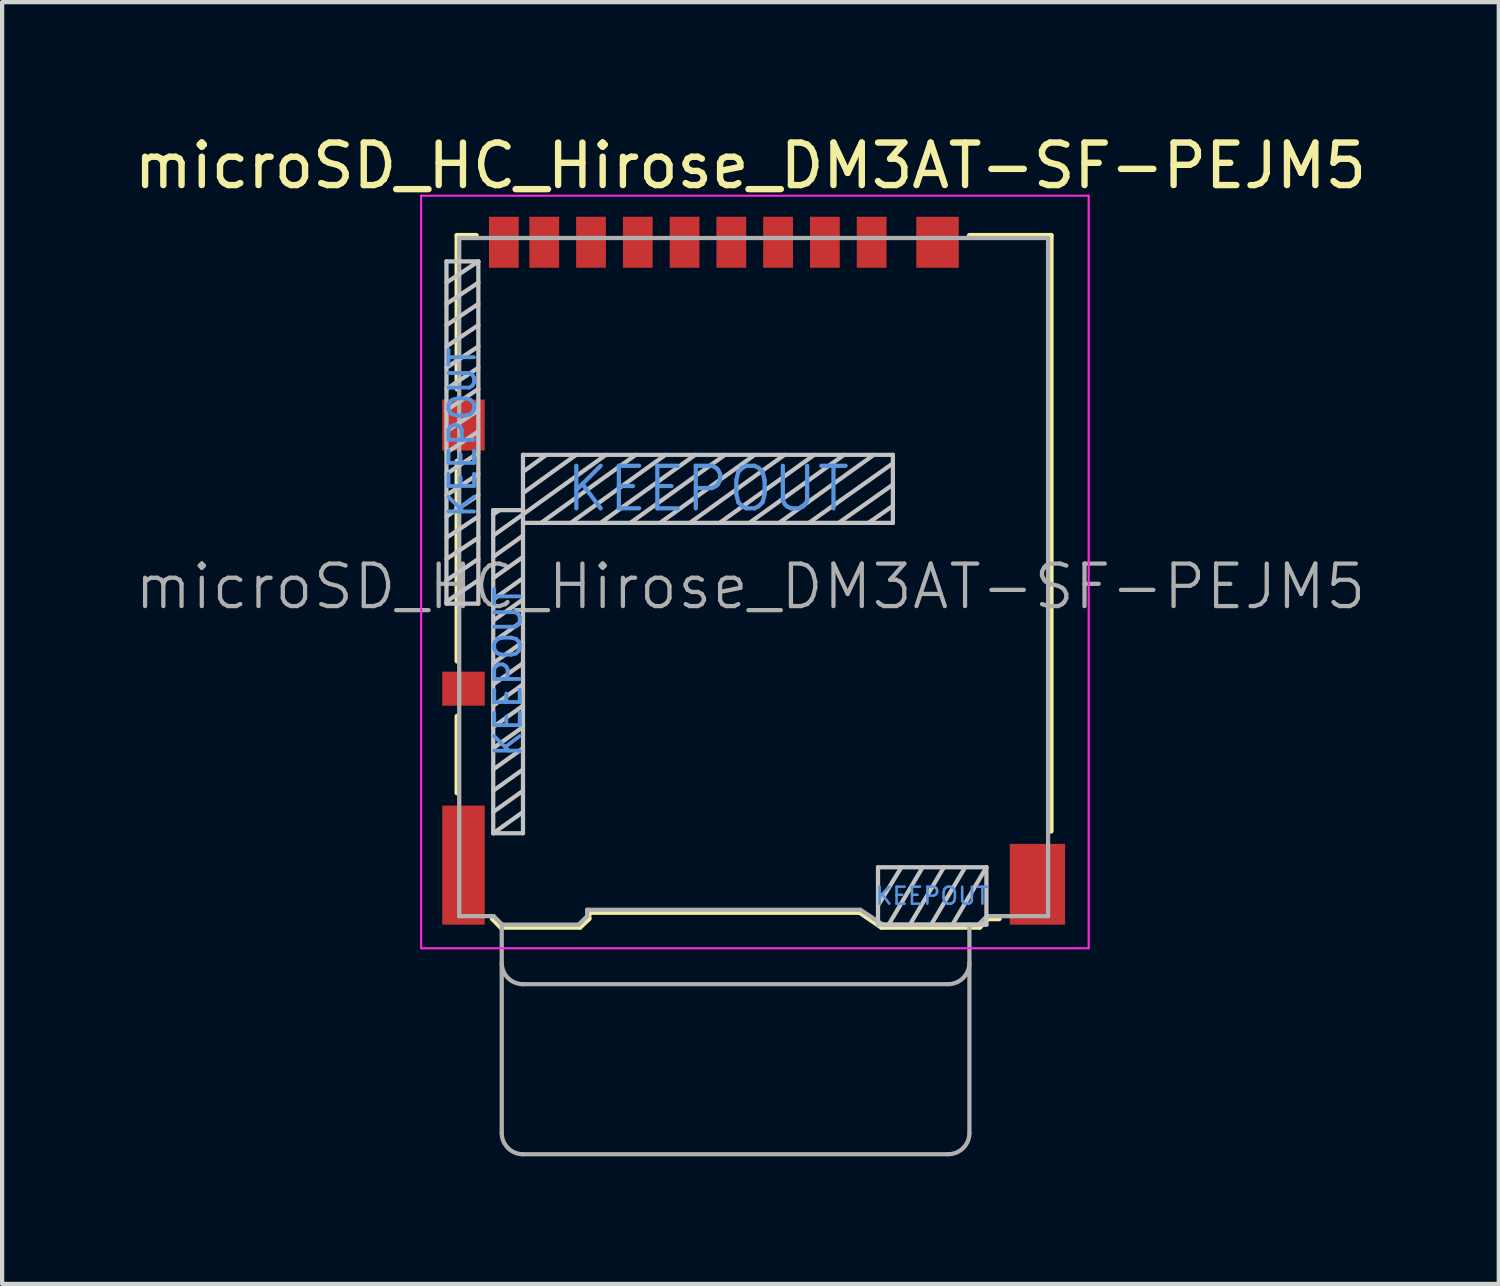
<source format=kicad_pcb>
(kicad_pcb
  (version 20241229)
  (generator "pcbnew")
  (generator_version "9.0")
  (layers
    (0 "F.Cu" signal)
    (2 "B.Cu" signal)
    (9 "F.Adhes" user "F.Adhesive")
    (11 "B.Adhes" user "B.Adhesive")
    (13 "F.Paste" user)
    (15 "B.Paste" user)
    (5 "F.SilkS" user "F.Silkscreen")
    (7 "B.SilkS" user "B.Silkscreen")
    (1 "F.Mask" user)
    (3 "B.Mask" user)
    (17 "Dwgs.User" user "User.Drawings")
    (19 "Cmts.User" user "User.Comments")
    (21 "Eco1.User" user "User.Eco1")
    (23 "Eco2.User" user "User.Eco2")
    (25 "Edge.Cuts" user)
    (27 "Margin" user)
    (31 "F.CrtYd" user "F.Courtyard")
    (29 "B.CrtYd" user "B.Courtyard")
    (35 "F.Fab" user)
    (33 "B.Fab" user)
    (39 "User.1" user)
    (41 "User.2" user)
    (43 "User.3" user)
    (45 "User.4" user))
  (footprint "microSD_HC_Hirose_DM3AT-SF-PEJM5"
    (layer "F.Cu")
    (at 14.676 10.373)
    (property "Reference" "microSD_HC_Hirose_DM3AT-SF-PEJM5" (at -0.075 -9.525 0) (layer "F.SilkS") (effects (font (size 1 1) (thickness 0.15))))
    (attr smd)
    (fp_line (start -6.975 -7.885) (end -6.975 -4.275) (stroke (width 0.12) (type solid)) (layer "F.SilkS"))
    (fp_line (start -6.975 -2.575) (end -6.975 2.125) (stroke (width 0.12) (type solid)) (layer "F.SilkS"))
    (fp_line (start -6.975 3.425) (end -6.975 5.225) (stroke (width 0.12) (type solid)) (layer "F.SilkS"))
    (fp_line (start -6.525 -7.885) (end -6.975 -7.885) (stroke (width 0.12) (type solid)) (layer "F.SilkS"))
    (fp_line (start -5.945 8.385) (end -6.145 8.185) (stroke (width 0.12) (type solid)) (layer "F.SilkS"))
    (fp_line (start -5.945 8.385) (end -4.085 8.385) (stroke (width 0.12) (type solid)) (layer "F.SilkS"))
    (fp_line (start -4.085 8.385) (end -3.875 8.185) (stroke (width 0.12) (type solid)) (layer "F.SilkS"))
    (fp_line (start -3.875 8.035) (end -3.875 8.185) (stroke (width 0.12) (type solid)) (layer "F.SilkS"))
    (fp_line (start -3.875 8.035) (end 2.495 8.035) (stroke (width 0.12) (type solid)) (layer "F.SilkS"))
    (fp_line (start 3.005 8.385) (end 2.495 8.035) (stroke (width 0.12) (type solid)) (layer "F.SilkS"))
    (fp_line (start 5.075 -7.885) (end 6.995 -7.885) (stroke (width 0.12) (type solid)) (layer "F.SilkS"))
    (fp_line (start 5.315 8.385) (end 3.005 8.385) (stroke (width 0.12) (type solid)) (layer "F.SilkS"))
    (fp_line (start 5.315 8.385) (end 5.515 8.185) (stroke (width 0.12) (type solid)) (layer "F.SilkS"))
    (fp_line (start 5.515 8.185) (end 5.775 8.185) (stroke (width 0.12) (type solid)) (layer "F.SilkS"))
    (fp_line (start 6.995 -7.885) (end 6.995 6.125) (stroke (width 0.12) (type solid)) (layer "F.SilkS"))
    (fp_line (start -7.225 -7.275) (end -6.475 -7.275) (stroke (width 0.1) (type solid)) (layer "Dwgs.User"))
    (fp_line (start -7.225 0.775) (end -7.225 -7.275) (stroke (width 0.1) (type solid)) (layer "Dwgs.User"))
    (fp_line (start -6.475 -7.275) (end -7.225 -6.775) (stroke (width 0.1) (type solid)) (layer "Dwgs.User"))
    (fp_line (start -6.475 -7.275) (end -6.475 0.775) (stroke (width 0.1) (type solid)) (layer "Dwgs.User"))
    (fp_line (start -6.475 -6.775) (end -7.225 -6.275) (stroke (width 0.1) (type solid)) (layer "Dwgs.User"))
    (fp_line (start -6.475 -6.275) (end -7.225 -5.775) (stroke (width 0.1) (type solid)) (layer "Dwgs.User"))
    (fp_line (start -6.475 -5.775) (end -7.225 -5.275) (stroke (width 0.1) (type solid)) (layer "Dwgs.User"))
    (fp_line (start -6.475 -5.275) (end -7.225 -4.775) (stroke (width 0.1) (type solid)) (layer "Dwgs.User"))
    (fp_line (start -6.475 -4.775) (end -7.225 -4.275) (stroke (width 0.1) (type solid)) (layer "Dwgs.User"))
    (fp_line (start -6.475 -4.275) (end -7.225 -3.775) (stroke (width 0.1) (type solid)) (layer "Dwgs.User"))
    (fp_line (start -6.475 -3.775) (end -7.225 -3.275) (stroke (width 0.1) (type solid)) (layer "Dwgs.User"))
    (fp_line (start -6.475 -3.275) (end -7.225 -2.775) (stroke (width 0.1) (type solid)) (layer "Dwgs.User"))
    (fp_line (start -6.475 -2.775) (end -7.225 -2.275) (stroke (width 0.1) (type solid)) (layer "Dwgs.User"))
    (fp_line (start -6.475 -2.275) (end -7.225 -1.775) (stroke (width 0.1) (type solid)) (layer "Dwgs.User"))
    (fp_line (start -6.475 -1.775) (end -7.225 -1.275) (stroke (width 0.1) (type solid)) (layer "Dwgs.User"))
    (fp_line (start -6.475 -1.275) (end -7.225 -0.775) (stroke (width 0.1) (type solid)) (layer "Dwgs.User"))
    (fp_line (start -6.475 -0.775) (end -7.225 -0.275) (stroke (width 0.1) (type solid)) (layer "Dwgs.User"))
    (fp_line (start -6.475 -0.275) (end -7.225 0.225) (stroke (width 0.1) (type solid)) (layer "Dwgs.User"))
    (fp_line (start -6.475 0.225) (end -7.225 0.725) (stroke (width 0.1) (type solid)) (layer "Dwgs.User"))
    (fp_line (start -6.475 0.775) (end -7.225 0.775) (stroke (width 0.1) (type solid)) (layer "Dwgs.User"))
    (fp_line (start -6.125 -1.425) (end -5.425 -1.425) (stroke (width 0.1) (type solid)) (layer "Dwgs.User"))
    (fp_line (start -6.125 -1.325) (end -5.975 -1.425) (stroke (width 0.1) (type solid)) (layer "Dwgs.User"))
    (fp_line (start -6.125 -0.825) (end -5.425 -1.325) (stroke (width 0.1) (type solid)) (layer "Dwgs.User"))
    (fp_line (start -6.125 -0.325) (end -5.425 -0.825) (stroke (width 0.1) (type solid)) (layer "Dwgs.User"))
    (fp_line (start -6.125 0.175) (end -5.425 -0.325) (stroke (width 0.1) (type solid)) (layer "Dwgs.User"))
    (fp_line (start -6.125 0.675) (end -5.425 0.175) (stroke (width 0.1) (type solid)) (layer "Dwgs.User"))
    (fp_line (start -6.125 1.175) (end -5.425 0.675) (stroke (width 0.1) (type solid)) (layer "Dwgs.User"))
    (fp_line (start -6.125 1.675) (end -5.425 1.175) (stroke (width 0.1) (type solid)) (layer "Dwgs.User"))
    (fp_line (start -6.125 2.175) (end -5.425 1.675) (stroke (width 0.1) (type solid)) (layer "Dwgs.User"))
    (fp_line (start -6.125 2.675) (end -5.425 2.175) (stroke (width 0.1) (type solid)) (layer "Dwgs.User"))
    (fp_line (start -6.125 3.175) (end -5.425 2.675) (stroke (width 0.1) (type solid)) (layer "Dwgs.User"))
    (fp_line (start -6.125 3.675) (end -5.425 3.175) (stroke (width 0.1) (type solid)) (layer "Dwgs.User"))
    (fp_line (start -6.125 4.175) (end -5.425 3.675) (stroke (width 0.1) (type solid)) (layer "Dwgs.User"))
    (fp_line (start -6.125 4.675) (end -5.425 4.175) (stroke (width 0.1) (type solid)) (layer "Dwgs.User"))
    (fp_line (start -6.125 5.175) (end -5.425 4.675) (stroke (width 0.1) (type solid)) (layer "Dwgs.User"))
    (fp_line (start -6.125 5.675) (end -5.425 5.175) (stroke (width 0.1) (type solid)) (layer "Dwgs.User"))
    (fp_line (start -6.125 6.175) (end -6.125 -1.425) (stroke (width 0.1) (type solid)) (layer "Dwgs.User"))
    (fp_line (start -6.125 6.175) (end -5.425 5.675) (stroke (width 0.1) (type solid)) (layer "Dwgs.User"))
    (fp_line (start -5.425 -2.725) (end -5.425 6.175) (stroke (width 0.1) (type solid)) (layer "Dwgs.User"))
    (fp_line (start -5.425 -2.725) (end 3.275 -2.725) (stroke (width 0.1) (type solid)) (layer "Dwgs.User"))
    (fp_line (start -5.425 -1.325) (end -3.475 -2.725) (stroke (width 0.1) (type solid)) (layer "Dwgs.User"))
    (fp_line (start -5.425 6.175) (end -6.125 6.175) (stroke (width 0.1) (type solid)) (layer "Dwgs.User"))
    (fp_line (start -4.875 -2.725) (end -5.425 -2.325) (stroke (width 0.1) (type solid)) (layer "Dwgs.User"))
    (fp_line (start -4.175 -2.725) (end -5.425 -1.825) (stroke (width 0.1) (type solid)) (layer "Dwgs.User"))
    (fp_line (start -2.775 -2.725) (end -5 -1.125) (stroke (width 0.1) (type solid)) (layer "Dwgs.User"))
    (fp_line (start -2.075 -2.725) (end -4.3 -1.125) (stroke (width 0.1) (type solid)) (layer "Dwgs.User"))
    (fp_line (start -1.375 -2.725) (end -3.6 -1.125) (stroke (width 0.1) (type solid)) (layer "Dwgs.User"))
    (fp_line (start -0.675 -2.725) (end -2.9 -1.125) (stroke (width 0.1) (type solid)) (layer "Dwgs.User"))
    (fp_line (start 0.025 -2.725) (end -2.2 -1.125) (stroke (width 0.1) (type solid)) (layer "Dwgs.User"))
    (fp_line (start 0.725 -2.725) (end -1.5 -1.125) (stroke (width 0.1) (type solid)) (layer "Dwgs.User"))
    (fp_line (start 1.425 -2.725) (end -0.8 -1.125) (stroke (width 0.1) (type solid)) (layer "Dwgs.User"))
    (fp_line (start 2.125 -2.725) (end -0.1 -1.125) (stroke (width 0.1) (type solid)) (layer "Dwgs.User"))
    (fp_line (start 2.825 -2.725) (end 0.6 -1.125) (stroke (width 0.1) (type solid)) (layer "Dwgs.User"))
    (fp_line (start 2.925 6.975) (end 5.475 6.975) (stroke (width 0.1) (type solid)) (layer "Dwgs.User"))
    (fp_line (start 2.925 8.325) (end 2.925 6.975) (stroke (width 0.1) (type solid)) (layer "Dwgs.User"))
    (fp_line (start 3.275 -2.725) (end 3.275 -1.125) (stroke (width 0.1) (type solid)) (layer "Dwgs.User"))
    (fp_line (start 3.275 -2.525) (end 1.3 -1.125) (stroke (width 0.1) (type solid)) (layer "Dwgs.User"))
    (fp_line (start 3.275 -2.025) (end 2 -1.125) (stroke (width 0.1) (type solid)) (layer "Dwgs.User"))
    (fp_line (start 3.275 -1.525) (end 2.7 -1.125) (stroke (width 0.1) (type solid)) (layer "Dwgs.User"))
    (fp_line (start 3.275 -1.125) (end -5.425 -1.125) (stroke (width 0.1) (type solid)) (layer "Dwgs.User"))
    (fp_line (start 3.475 6.975) (end 2.925 7.875) (stroke (width 0.1) (type solid)) (layer "Dwgs.User"))
    (fp_line (start 3.975 6.975) (end 3.175 8.325) (stroke (width 0.1) (type solid)) (layer "Dwgs.User"))
    (fp_line (start 4.475 6.975) (end 3.675 8.325) (stroke (width 0.1) (type solid)) (layer "Dwgs.User"))
    (fp_line (start 4.975 6.975) (end 4.175 8.325) (stroke (width 0.1) (type solid)) (layer "Dwgs.User"))
    (fp_line (start 5.475 6.975) (end 4.675 8.325) (stroke (width 0.1) (type solid)) (layer "Dwgs.User"))
    (fp_line (start 5.475 6.975) (end 5.475 8.325) (stroke (width 0.1) (type solid)) (layer "Dwgs.User"))
    (fp_line (start 5.475 8.325) (end 2.925 8.325) (stroke (width 0.1) (type solid)) (layer "Dwgs.User"))
    (fp_line (start -7.82 -8.82) (end 7.88 -8.82) (stroke (width 0.05) (type solid)) (layer "F.CrtYd"))
    (fp_line (start -7.82 8.88) (end -7.82 -8.82) (stroke (width 0.05) (type solid)) (layer "F.CrtYd"))
    (fp_line (start 7.88 -8.82) (end 7.88 8.88) (stroke (width 0.05) (type solid)) (layer "F.CrtYd"))
    (fp_line (start 7.88 8.88) (end -7.82 8.88) (stroke (width 0.05) (type solid)) (layer "F.CrtYd"))
    (fp_line (start -6.925 8.125) (end -6.925 -7.825) (stroke (width 0.1) (type solid)) (layer "F.Fab"))
    (fp_line (start -6.115 8.125) (end -6.925 8.125) (stroke (width 0.1) (type solid)) (layer "F.Fab"))
    (fp_line (start -5.925 8.325) (end -5.925 13.225) (stroke (width 0.1) (type solid)) (layer "F.Fab"))
    (fp_line (start -5.915 8.325) (end -6.115 8.125) (stroke (width 0.1) (type solid)) (layer "F.Fab"))
    (fp_line (start -5.425 9.725) (end 4.575 9.725) (stroke (width 0.1) (type solid)) (layer "F.Fab"))
    (fp_line (start -5.425 13.725) (end 4.575 13.725) (stroke (width 0.1) (type solid)) (layer "F.Fab"))
    (fp_line (start -4.115 8.325) (end -5.915 8.325) (stroke (width 0.1) (type solid)) (layer "F.Fab"))
    (fp_line (start -3.915 8.125) (end -4.115 8.325) (stroke (width 0.1) (type solid)) (layer "F.Fab"))
    (fp_line (start -3.915 8.125) (end -3.915 7.975) (stroke (width 0.1) (type solid)) (layer "F.Fab"))
    (fp_line (start 2.51 7.975) (end -3.915 7.975) (stroke (width 0.1) (type solid)) (layer "F.Fab"))
    (fp_line (start 3.035 8.325) (end 2.51 7.975) (stroke (width 0.1) (type solid)) (layer "F.Fab"))
    (fp_line (start 5.075 13.225) (end 5.075 8.325) (stroke (width 0.1) (type solid)) (layer "F.Fab"))
    (fp_line (start 5.285 8.325) (end 3.035 8.325) (stroke (width 0.1) (type solid)) (layer "F.Fab"))
    (fp_line (start 5.285 8.325) (end 5.485 8.125) (stroke (width 0.1) (type solid)) (layer "F.Fab"))
    (fp_line (start 5.485 8.125) (end 6.925 8.125) (stroke (width 0.1) (type solid)) (layer "F.Fab"))
    (fp_line (start 6.925 -7.825) (end -6.925 -7.825) (stroke (width 0.1) (type solid)) (layer "F.Fab"))
    (fp_line (start 6.925 8.125) (end 6.925 -7.825) (stroke (width 0.1) (type solid)) (layer "F.Fab"))
    (fp_arc (start -5.425 9.725) (mid -5.778553 9.578553) (end -5.925 9.225) (stroke (width 0.1) (type solid)) (layer "F.Fab"))
    (fp_arc (start -5.425 13.725) (mid -5.778553 13.578553) (end -5.925 13.225) (stroke (width 0.1) (type solid)) (layer "F.Fab"))
    (fp_arc (start 5.075 9.225) (mid 4.928553 9.578553) (end 4.575 9.725) (stroke (width 0.1) (type solid)) (layer "F.Fab"))
    (fp_arc (start 5.075 13.225) (mid 4.928553 13.578553) (end 4.575 13.725) (stroke (width 0.1) (type solid)) (layer "F.Fab"))
    (fp_text user "KEEPOUT" (at -6.85 -3.25 90) (layer "Cmts.User") (effects (font (size 0.6 0.6) (thickness 0.09))))
    (fp_text user "KEEPOUT" (at 4.2 7.65 0) (layer "Cmts.User") (effects (font (size 0.4 0.4) (thickness 0.06))))
    (fp_text user "KEEPOUT" (at -5.775 2.375 90) (layer "Cmts.User") (effects (font (size 0.6 0.6) (thickness 0.09))))
    (fp_text user "KEEPOUT" (at -1.075 -1.925 0) (layer "Cmts.User") (effects (font (size 1 1) (thickness 0.1))))
    (fp_text user "${REFERENCE}" (at -0.075 0.375 0) (layer "F.Fab") (effects (font (size 1 1) (thickness 0.1))))
    (pad "1" smd rect (at 2.775 -7.725) (size 0.7 1.2) (layers "F.Cu" "F.Mask" "F.Paste"))
    (pad "2" smd rect (at 1.675 -7.725) (size 0.7 1.2) (layers "F.Cu" "F.Mask" "F.Paste"))
    (pad "3" smd rect (at 0.575 -7.725) (size 0.7 1.2) (layers "F.Cu" "F.Mask" "F.Paste"))
    (pad "4" smd rect (at -0.525 -7.725) (size 0.7 1.2) (layers "F.Cu" "F.Mask" "F.Paste"))
    (pad "5" smd rect (at -1.625 -7.725) (size 0.7 1.2) (layers "F.Cu" "F.Mask" "F.Paste"))
    (pad "6" smd rect (at -2.725 -7.725) (size 0.7 1.2) (layers "F.Cu" "F.Mask" "F.Paste"))
    (pad "7" smd rect (at -3.825 -7.725) (size 0.7 1.2) (layers "F.Cu" "F.Mask" "F.Paste"))
    (pad "8" smd rect (at -4.925 -7.725) (size 0.7 1.2) (layers "F.Cu" "F.Mask" "F.Paste"))
    (pad "9" smd rect (at -5.875 -7.725) (size 0.7 1.2) (layers "F.Cu" "F.Mask" "F.Paste"))
    (pad "10" smd rect (at -6.825 2.775) (size 1 0.8) (layers "F.Cu" "F.Mask" "F.Paste"))
    (pad "11" smd rect (at -6.825 -3.425) (size 1 1.2) (layers "F.Cu" "F.Mask" "F.Paste"))
    (pad "11" smd rect (at -6.825 6.925) (size 1 2.8) (layers "F.Cu" "F.Mask" "F.Paste"))
    (pad "11" smd rect (at 4.325 -7.725) (size 1 1.2) (layers "F.Cu" "F.Mask" "F.Paste"))
    (pad "11" smd rect (at 6.675 7.375) (size 1.3 1.9) (layers "F.Cu" "F.Mask" "F.Paste")))
  (gr_rect
    (start -3 -3)
    (end 32.202 27.148)
    (stroke (width 0.1) (type default))
    (fill no)
    (layer "Edge.Cuts")))
</source>
